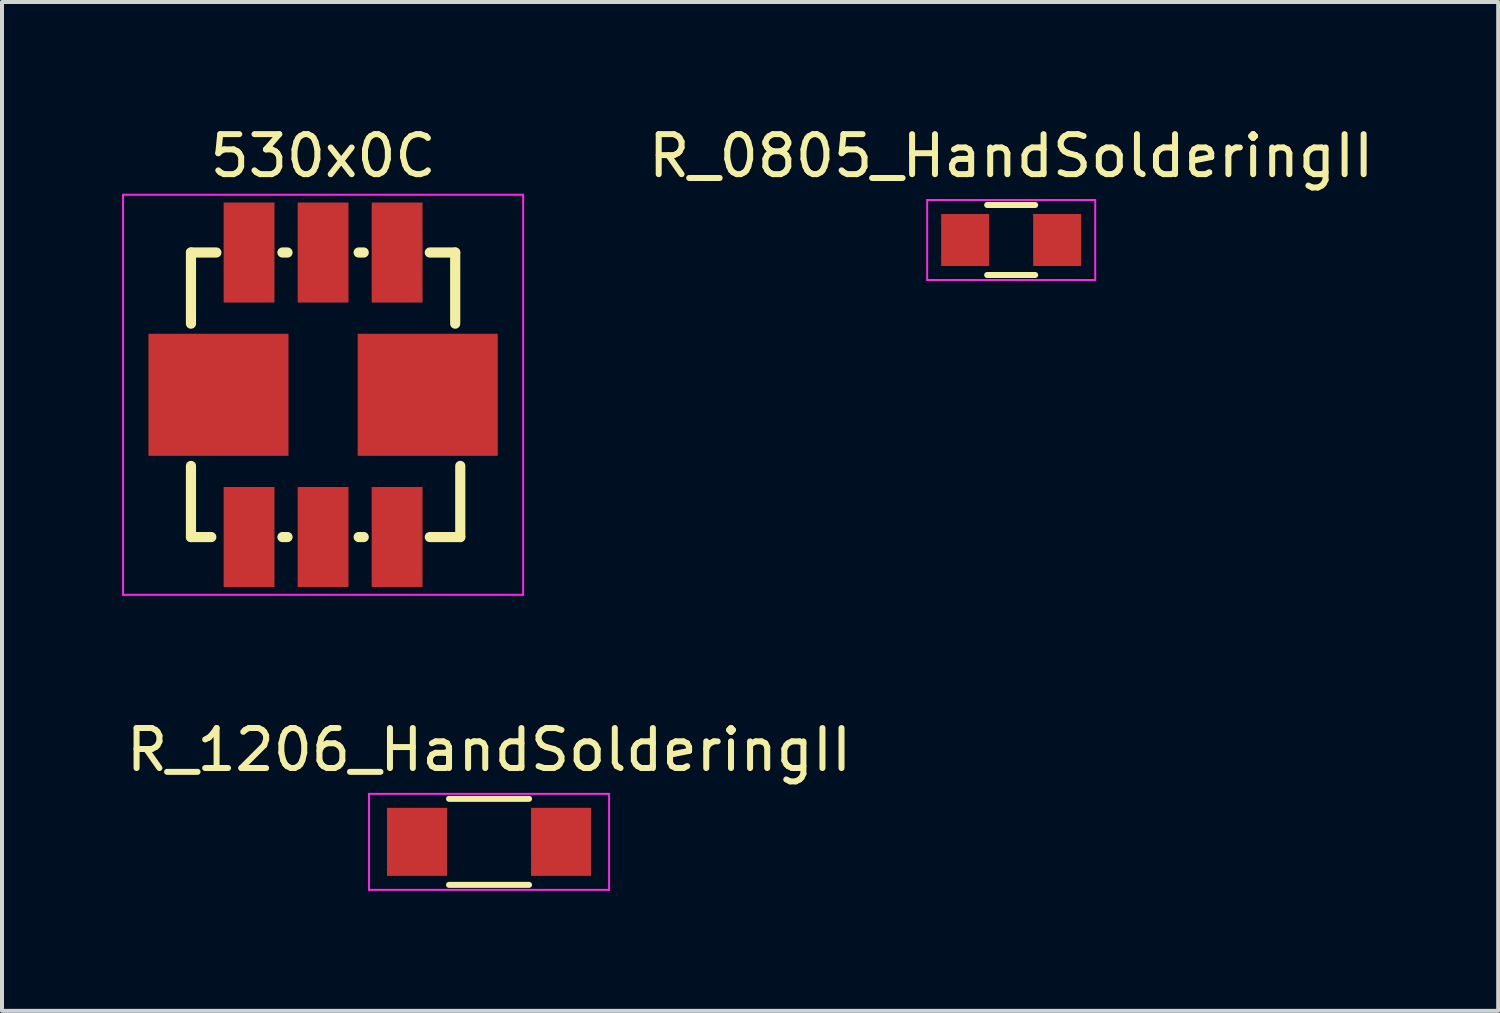
<source format=kicad_pcb>
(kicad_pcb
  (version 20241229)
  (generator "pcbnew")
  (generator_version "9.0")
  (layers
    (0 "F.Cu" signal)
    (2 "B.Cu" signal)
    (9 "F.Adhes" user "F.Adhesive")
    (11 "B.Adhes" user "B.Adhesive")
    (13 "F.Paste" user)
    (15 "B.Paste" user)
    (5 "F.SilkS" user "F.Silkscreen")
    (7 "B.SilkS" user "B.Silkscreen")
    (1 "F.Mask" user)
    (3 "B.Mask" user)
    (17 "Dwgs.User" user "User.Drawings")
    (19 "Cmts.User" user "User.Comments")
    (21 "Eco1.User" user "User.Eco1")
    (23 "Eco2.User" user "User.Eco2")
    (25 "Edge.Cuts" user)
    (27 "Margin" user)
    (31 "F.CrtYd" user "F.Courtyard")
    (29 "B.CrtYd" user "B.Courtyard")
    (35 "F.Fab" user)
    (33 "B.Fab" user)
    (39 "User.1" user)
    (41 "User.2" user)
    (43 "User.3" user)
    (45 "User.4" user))
  (footprint "R_1206_HandSolderingII"
    (layer "F.Cu")
    (at 9.173 17.991)
    (property "Reference" "R_1206_HandSolderingII" (at 0 -2.3 0) (layer "F.SilkS") (effects (font (size 1 1) (thickness 0.15))))
    (attr smd)
    (fp_line (start -1 -1.075) (end 1 -1.075) (stroke (width 0.15) (type solid)) (layer "F.SilkS"))
    (fp_line (start 1 1.075) (end -1 1.075) (stroke (width 0.15) (type solid)) (layer "F.SilkS"))
    (fp_line (start -3 -1.2) (end -3 1.2) (stroke (width 0.05) (type solid)) (layer "F.CrtYd"))
    (fp_line (start -3 -1.2) (end 3 -1.2) (stroke (width 0.05) (type solid)) (layer "F.CrtYd"))
    (fp_line (start -3 1.2) (end 3 1.2) (stroke (width 0.05) (type solid)) (layer "F.CrtYd"))
    (fp_line (start 3 -1.2) (end 3 1.2) (stroke (width 0.05) (type solid)) (layer "F.CrtYd"))
    (pad "1" smd rect (at -1.8 0) (size 1.5 1.7) (layers "F.Cu" "F.Mask" "F.Paste"))
    (pad "2" smd rect (at 1.8 0) (size 1.5 1.7) (layers "F.Cu" "F.Mask" "F.Paste")))
  (footprint "R_0805_HandSolderingII"
    (layer "F.Cu")
    (at 22.223 2.948)
    (property "Reference" "R_0805_HandSolderingII" (at 0 -2.1 0) (layer "F.SilkS") (effects (font (size 1 1) (thickness 0.15))))
    (attr smd)
    (fp_line (start -0.6 -0.875) (end 0.6 -0.875) (stroke (width 0.15) (type solid)) (layer "F.SilkS"))
    (fp_line (start 0.6 0.875) (end -0.6 0.875) (stroke (width 0.15) (type solid)) (layer "F.SilkS"))
    (fp_line (start -2.1 -1) (end -2.1 1) (stroke (width 0.05) (type solid)) (layer "F.CrtYd"))
    (fp_line (start -2.1 -1) (end 2.1 -1) (stroke (width 0.05) (type solid)) (layer "F.CrtYd"))
    (fp_line (start -2.1 1) (end 2.1 1) (stroke (width 0.05) (type solid)) (layer "F.CrtYd"))
    (fp_line (start 2.1 -1) (end 2.1 1) (stroke (width 0.05) (type solid)) (layer "F.CrtYd"))
    (pad "1" smd rect (at -1.15 0) (size 1.2 1.3) (layers "F.Cu" "F.Mask" "F.Paste"))
    (pad "2" smd rect (at 1.15 0) (size 1.2 1.3) (layers "F.Cu" "F.Mask" "F.Paste")))
  (footprint "530x0C"
    (layer "F.Cu")
    (at 5.025 6.817)
    (property "Reference" "530x0C" (at 0 -5.969 0) (layer "F.SilkS") (effects (font (size 1 1) (thickness 0.15))))
    (attr smd)
    (fp_line (start -3.302 -3.556) (end -3.302 -1.778) (stroke (width 0.254) (type solid)) (layer "F.SilkS"))
    (fp_line (start -3.302 1.778) (end -3.302 3.556) (stroke (width 0.254) (type solid)) (layer "F.SilkS"))
    (fp_line (start -3.302 3.556) (end -2.794 3.556) (stroke (width 0.254) (type solid)) (layer "F.SilkS"))
    (fp_line (start -2.667 -3.556) (end -3.302 -3.556) (stroke (width 0.254) (type solid)) (layer "F.SilkS"))
    (fp_line (start -1.016 -3.556) (end -0.889 -3.556) (stroke (width 0.254) (type solid)) (layer "F.SilkS"))
    (fp_line (start -1.016 3.556) (end -0.889 3.556) (stroke (width 0.254) (type solid)) (layer "F.SilkS"))
    (fp_line (start 0.889 -3.556) (end 1.016 -3.556) (stroke (width 0.254) (type solid)) (layer "F.SilkS"))
    (fp_line (start 0.889 3.556) (end 1.016 3.556) (stroke (width 0.254) (type solid)) (layer "F.SilkS"))
    (fp_line (start 2.667 3.556) (end 3.429 3.556) (stroke (width 0.254) (type solid)) (layer "F.SilkS"))
    (fp_line (start 3.302 -3.556) (end 2.667 -3.556) (stroke (width 0.254) (type solid)) (layer "F.SilkS"))
    (fp_line (start 3.302 -1.778) (end 3.302 -3.556) (stroke (width 0.254) (type solid)) (layer "F.SilkS"))
    (fp_line (start 3.429 3.556) (end 3.429 1.778) (stroke (width 0.254) (type solid)) (layer "F.SilkS"))
    (fp_line (start -5 -5) (end 5 -5) (stroke (width 0.05) (type solid)) (layer "F.CrtYd"))
    (fp_line (start -5 5) (end -5 -5) (stroke (width 0.05) (type solid)) (layer "F.CrtYd"))
    (fp_line (start 5 -5) (end 5 5) (stroke (width 0.05) (type solid)) (layer "F.CrtYd"))
    (fp_line (start 5 5) (end -5 5) (stroke (width 0.05) (type solid)) (layer "F.CrtYd"))
    (pad "1" smd rect (at -1.85 3.555) (size 1.27 2.5) (layers "F.Cu" "F.Mask" "F.Paste"))
    (pad "2" smd rect (at 0 3.555) (size 1.27 2.5) (layers "F.Cu" "F.Mask" "F.Paste"))
    (pad "3" smd rect (at 1.85 3.555) (size 1.27 2.5) (layers "F.Cu" "F.Mask" "F.Paste"))
    (pad "4" smd rect (at 1.85 -3.555) (size 1.27 2.5) (layers "F.Cu" "F.Mask" "F.Paste"))
    (pad "5" smd rect (at 0 -3.555) (size 1.27 2.5) (layers "F.Cu" "F.Mask" "F.Paste"))
    (pad "6" smd rect (at -1.85 -3.555) (size 1.27 2.5) (layers "F.Cu" "F.Mask" "F.Paste"))
    (pad "7" smd rect (at 2.615 0) (size 3.5 3.05) (layers "F.Cu" "F.Mask" "F.Paste"))
    (pad "8" smd rect (at -2.615 0) (size 3.5 3.05) (layers "F.Cu" "F.Mask" "F.Paste")))
  (gr_rect
    (start -3 -3)
    (end 34.395 22.215)
    (stroke (width 0.1) (type default))
    (fill no)
    (layer "Edge.Cuts")))
</source>
